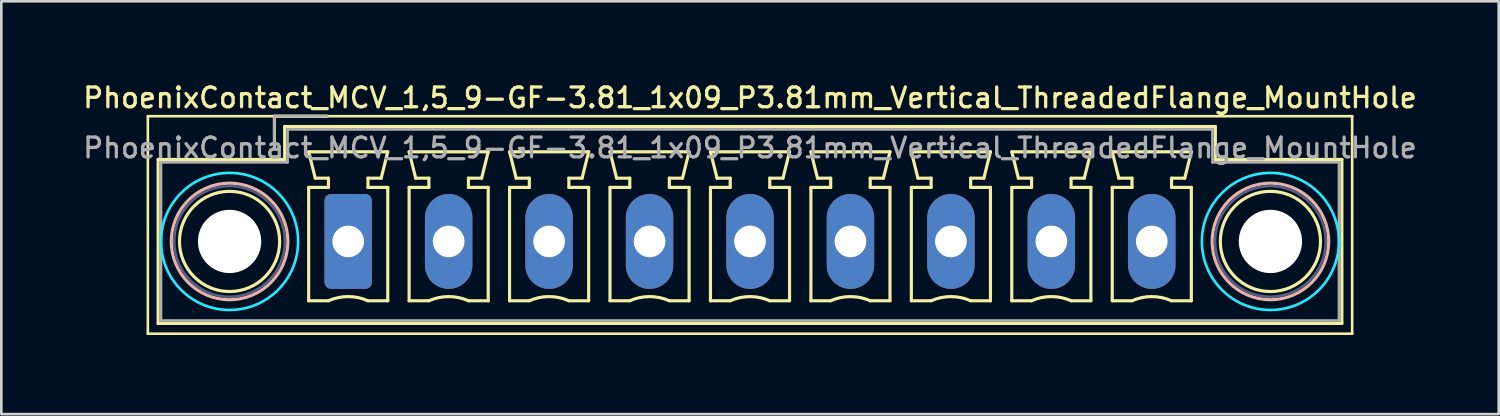
<source format=kicad_pcb>
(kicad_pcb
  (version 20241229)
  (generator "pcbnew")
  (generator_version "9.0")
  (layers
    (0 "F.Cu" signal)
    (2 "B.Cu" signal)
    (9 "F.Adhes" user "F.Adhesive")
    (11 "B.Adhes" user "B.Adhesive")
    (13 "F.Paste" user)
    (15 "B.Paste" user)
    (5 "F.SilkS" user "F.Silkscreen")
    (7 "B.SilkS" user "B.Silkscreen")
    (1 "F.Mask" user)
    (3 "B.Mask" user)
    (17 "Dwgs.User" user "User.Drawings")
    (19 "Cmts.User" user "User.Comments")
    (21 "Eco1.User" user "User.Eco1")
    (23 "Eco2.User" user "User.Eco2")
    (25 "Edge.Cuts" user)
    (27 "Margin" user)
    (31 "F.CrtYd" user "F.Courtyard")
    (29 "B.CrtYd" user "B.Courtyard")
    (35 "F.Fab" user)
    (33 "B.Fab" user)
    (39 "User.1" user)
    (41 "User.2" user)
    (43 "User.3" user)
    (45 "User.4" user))
  (footprint "PhoenixContact_MCV_1,5_9-GF-3.81_1x09_P3.81mm_Vertical_ThreadedFlange_MountHole"
    (layer "F.Cu")
    (at 10.158 6.108)
    (property "Reference" "PhoenixContact_MCV_1,5_9-GF-3.81_1x09_P3.81mm_Vertical_ThreadedFlange_MountHole" (at 15.24 -5.45 0) (layer "F.SilkS") (effects (font (size 0.75 0.75) (thickness 0.125))))
    (attr through_hole)
    (fp_line (start -7.6 -4.75) (end -7.6 3.5) (stroke (width 0.1) (type solid)) (layer "F.SilkS"))
    (fp_line (start -7.6 3.5) (end 38.08 3.5) (stroke (width 0.1) (type solid)) (layer "F.SilkS"))
    (fp_line (start -7.21 -3.11) (end -7.21 3.11) (stroke (width 0.12) (type solid)) (layer "F.SilkS"))
    (fp_line (start -7.21 3.11) (end 37.69 3.11) (stroke (width 0.12) (type solid)) (layer "F.SilkS"))
    (fp_line (start -2.8 -4.75) (end -0.8 -4.75) (stroke (width 0.12) (type solid)) (layer "F.SilkS"))
    (fp_line (start -2.8 -3.5) (end -2.8 -4.75) (stroke (width 0.12) (type solid)) (layer "F.SilkS"))
    (fp_line (start -2.41 -4.36) (end -2.41 -3.11) (stroke (width 0.12) (type solid)) (layer "F.SilkS"))
    (fp_line (start -2.41 -3.11) (end -7.21 -3.11) (stroke (width 0.12) (type solid)) (layer "F.SilkS"))
    (fp_line (start -1.5 -3.4) (end 1.5 -3.4) (stroke (width 0.12) (type solid)) (layer "F.SilkS"))
    (fp_line (start -1.5 -2.05) (end -0.75 -2.05) (stroke (width 0.12) (type solid)) (layer "F.SilkS"))
    (fp_line (start -1.5 2.25) (end -1.5 -2.05) (stroke (width 0.12) (type solid)) (layer "F.SilkS"))
    (fp_line (start -1.25 -2.4) (end -1.5 -3.4) (stroke (width 0.12) (type solid)) (layer "F.SilkS"))
    (fp_line (start -0.75 -2.4) (end -1.25 -2.4) (stroke (width 0.12) (type solid)) (layer "F.SilkS"))
    (fp_line (start -0.75 -2.05) (end -0.75 -2.4) (stroke (width 0.12) (type solid)) (layer "F.SilkS"))
    (fp_line (start -0.75 2.25) (end -1.5 2.25) (stroke (width 0.12) (type solid)) (layer "F.SilkS"))
    (fp_line (start 0.75 -2.4) (end 0.75 -2.05) (stroke (width 0.12) (type solid)) (layer "F.SilkS"))
    (fp_line (start 0.75 -2.05) (end 1.5 -2.05) (stroke (width 0.12) (type solid)) (layer "F.SilkS"))
    (fp_line (start 1.25 -2.4) (end 0.75 -2.4) (stroke (width 0.12) (type solid)) (layer "F.SilkS"))
    (fp_line (start 1.5 -3.4) (end 1.25 -2.4) (stroke (width 0.12) (type solid)) (layer "F.SilkS"))
    (fp_line (start 1.5 -2.05) (end 1.5 2.25) (stroke (width 0.12) (type solid)) (layer "F.SilkS"))
    (fp_line (start 1.5 2.25) (end 0.75 2.25) (stroke (width 0.12) (type solid)) (layer "F.SilkS"))
    (fp_line (start 2.31 -3.4) (end 5.31 -3.4) (stroke (width 0.12) (type solid)) (layer "F.SilkS"))
    (fp_line (start 2.31 -2.05) (end 3.06 -2.05) (stroke (width 0.12) (type solid)) (layer "F.SilkS"))
    (fp_line (start 2.31 2.25) (end 2.31 -2.05) (stroke (width 0.12) (type solid)) (layer "F.SilkS"))
    (fp_line (start 2.56 -2.4) (end 2.31 -3.4) (stroke (width 0.12) (type solid)) (layer "F.SilkS"))
    (fp_line (start 3.06 -2.4) (end 2.56 -2.4) (stroke (width 0.12) (type solid)) (layer "F.SilkS"))
    (fp_line (start 3.06 -2.05) (end 3.06 -2.4) (stroke (width 0.12) (type solid)) (layer "F.SilkS"))
    (fp_line (start 3.06 2.25) (end 2.31 2.25) (stroke (width 0.12) (type solid)) (layer "F.SilkS"))
    (fp_line (start 4.56 -2.4) (end 4.56 -2.05) (stroke (width 0.12) (type solid)) (layer "F.SilkS"))
    (fp_line (start 4.56 -2.05) (end 5.31 -2.05) (stroke (width 0.12) (type solid)) (layer "F.SilkS"))
    (fp_line (start 5.06 -2.4) (end 4.56 -2.4) (stroke (width 0.12) (type solid)) (layer "F.SilkS"))
    (fp_line (start 5.31 -3.4) (end 5.06 -2.4) (stroke (width 0.12) (type solid)) (layer "F.SilkS"))
    (fp_line (start 5.31 -2.05) (end 5.31 2.25) (stroke (width 0.12) (type solid)) (layer "F.SilkS"))
    (fp_line (start 5.31 2.25) (end 4.56 2.25) (stroke (width 0.12) (type solid)) (layer "F.SilkS"))
    (fp_line (start 6.12 -3.4) (end 9.12 -3.4) (stroke (width 0.12) (type solid)) (layer "F.SilkS"))
    (fp_line (start 6.12 -2.05) (end 6.87 -2.05) (stroke (width 0.12) (type solid)) (layer "F.SilkS"))
    (fp_line (start 6.12 2.25) (end 6.12 -2.05) (stroke (width 0.12) (type solid)) (layer "F.SilkS"))
    (fp_line (start 6.37 -2.4) (end 6.12 -3.4) (stroke (width 0.12) (type solid)) (layer "F.SilkS"))
    (fp_line (start 6.87 -2.4) (end 6.37 -2.4) (stroke (width 0.12) (type solid)) (layer "F.SilkS"))
    (fp_line (start 6.87 -2.05) (end 6.87 -2.4) (stroke (width 0.12) (type solid)) (layer "F.SilkS"))
    (fp_line (start 6.87 2.25) (end 6.12 2.25) (stroke (width 0.12) (type solid)) (layer "F.SilkS"))
    (fp_line (start 8.37 -2.4) (end 8.37 -2.05) (stroke (width 0.12) (type solid)) (layer "F.SilkS"))
    (fp_line (start 8.37 -2.05) (end 9.12 -2.05) (stroke (width 0.12) (type solid)) (layer "F.SilkS"))
    (fp_line (start 8.87 -2.4) (end 8.37 -2.4) (stroke (width 0.12) (type solid)) (layer "F.SilkS"))
    (fp_line (start 9.12 -3.4) (end 8.87 -2.4) (stroke (width 0.12) (type solid)) (layer "F.SilkS"))
    (fp_line (start 9.12 -2.05) (end 9.12 2.25) (stroke (width 0.12) (type solid)) (layer "F.SilkS"))
    (fp_line (start 9.12 2.25) (end 8.37 2.25) (stroke (width 0.12) (type solid)) (layer "F.SilkS"))
    (fp_line (start 9.93 -3.4) (end 12.93 -3.4) (stroke (width 0.12) (type solid)) (layer "F.SilkS"))
    (fp_line (start 9.93 -2.05) (end 10.68 -2.05) (stroke (width 0.12) (type solid)) (layer "F.SilkS"))
    (fp_line (start 9.93 2.25) (end 9.93 -2.05) (stroke (width 0.12) (type solid)) (layer "F.SilkS"))
    (fp_line (start 10.18 -2.4) (end 9.93 -3.4) (stroke (width 0.12) (type solid)) (layer "F.SilkS"))
    (fp_line (start 10.68 -2.4) (end 10.18 -2.4) (stroke (width 0.12) (type solid)) (layer "F.SilkS"))
    (fp_line (start 10.68 -2.05) (end 10.68 -2.4) (stroke (width 0.12) (type solid)) (layer "F.SilkS"))
    (fp_line (start 10.68 2.25) (end 9.93 2.25) (stroke (width 0.12) (type solid)) (layer "F.SilkS"))
    (fp_line (start 12.18 -2.4) (end 12.18 -2.05) (stroke (width 0.12) (type solid)) (layer "F.SilkS"))
    (fp_line (start 12.18 -2.05) (end 12.93 -2.05) (stroke (width 0.12) (type solid)) (layer "F.SilkS"))
    (fp_line (start 12.68 -2.4) (end 12.18 -2.4) (stroke (width 0.12) (type solid)) (layer "F.SilkS"))
    (fp_line (start 12.93 -3.4) (end 12.68 -2.4) (stroke (width 0.12) (type solid)) (layer "F.SilkS"))
    (fp_line (start 12.93 -2.05) (end 12.93 2.25) (stroke (width 0.12) (type solid)) (layer "F.SilkS"))
    (fp_line (start 12.93 2.25) (end 12.18 2.25) (stroke (width 0.12) (type solid)) (layer "F.SilkS"))
    (fp_line (start 13.74 -3.4) (end 16.74 -3.4) (stroke (width 0.12) (type solid)) (layer "F.SilkS"))
    (fp_line (start 13.74 -2.05) (end 14.49 -2.05) (stroke (width 0.12) (type solid)) (layer "F.SilkS"))
    (fp_line (start 13.74 2.25) (end 13.74 -2.05) (stroke (width 0.12) (type solid)) (layer "F.SilkS"))
    (fp_line (start 13.99 -2.4) (end 13.74 -3.4) (stroke (width 0.12) (type solid)) (layer "F.SilkS"))
    (fp_line (start 14.49 -2.4) (end 13.99 -2.4) (stroke (width 0.12) (type solid)) (layer "F.SilkS"))
    (fp_line (start 14.49 -2.05) (end 14.49 -2.4) (stroke (width 0.12) (type solid)) (layer "F.SilkS"))
    (fp_line (start 14.49 2.25) (end 13.74 2.25) (stroke (width 0.12) (type solid)) (layer "F.SilkS"))
    (fp_line (start 15.99 -2.4) (end 15.99 -2.05) (stroke (width 0.12) (type solid)) (layer "F.SilkS"))
    (fp_line (start 15.99 -2.05) (end 16.74 -2.05) (stroke (width 0.12) (type solid)) (layer "F.SilkS"))
    (fp_line (start 16.49 -2.4) (end 15.99 -2.4) (stroke (width 0.12) (type solid)) (layer "F.SilkS"))
    (fp_line (start 16.74 -3.4) (end 16.49 -2.4) (stroke (width 0.12) (type solid)) (layer "F.SilkS"))
    (fp_line (start 16.74 -2.05) (end 16.74 2.25) (stroke (width 0.12) (type solid)) (layer "F.SilkS"))
    (fp_line (start 16.74 2.25) (end 15.99 2.25) (stroke (width 0.12) (type solid)) (layer "F.SilkS"))
    (fp_line (start 17.55 -3.4) (end 20.55 -3.4) (stroke (width 0.12) (type solid)) (layer "F.SilkS"))
    (fp_line (start 17.55 -2.05) (end 18.3 -2.05) (stroke (width 0.12) (type solid)) (layer "F.SilkS"))
    (fp_line (start 17.55 2.25) (end 17.55 -2.05) (stroke (width 0.12) (type solid)) (layer "F.SilkS"))
    (fp_line (start 17.8 -2.4) (end 17.55 -3.4) (stroke (width 0.12) (type solid)) (layer "F.SilkS"))
    (fp_line (start 18.3 -2.4) (end 17.8 -2.4) (stroke (width 0.12) (type solid)) (layer "F.SilkS"))
    (fp_line (start 18.3 -2.05) (end 18.3 -2.4) (stroke (width 0.12) (type solid)) (layer "F.SilkS"))
    (fp_line (start 18.3 2.25) (end 17.55 2.25) (stroke (width 0.12) (type solid)) (layer "F.SilkS"))
    (fp_line (start 19.8 -2.4) (end 19.8 -2.05) (stroke (width 0.12) (type solid)) (layer "F.SilkS"))
    (fp_line (start 19.8 -2.05) (end 20.55 -2.05) (stroke (width 0.12) (type solid)) (layer "F.SilkS"))
    (fp_line (start 20.3 -2.4) (end 19.8 -2.4) (stroke (width 0.12) (type solid)) (layer "F.SilkS"))
    (fp_line (start 20.55 -3.4) (end 20.3 -2.4) (stroke (width 0.12) (type solid)) (layer "F.SilkS"))
    (fp_line (start 20.55 -2.05) (end 20.55 2.25) (stroke (width 0.12) (type solid)) (layer "F.SilkS"))
    (fp_line (start 20.55 2.25) (end 19.8 2.25) (stroke (width 0.12) (type solid)) (layer "F.SilkS"))
    (fp_line (start 21.36 -3.4) (end 24.36 -3.4) (stroke (width 0.12) (type solid)) (layer "F.SilkS"))
    (fp_line (start 21.36 -2.05) (end 22.11 -2.05) (stroke (width 0.12) (type solid)) (layer "F.SilkS"))
    (fp_line (start 21.36 2.25) (end 21.36 -2.05) (stroke (width 0.12) (type solid)) (layer "F.SilkS"))
    (fp_line (start 21.61 -2.4) (end 21.36 -3.4) (stroke (width 0.12) (type solid)) (layer "F.SilkS"))
    (fp_line (start 22.11 -2.4) (end 21.61 -2.4) (stroke (width 0.12) (type solid)) (layer "F.SilkS"))
    (fp_line (start 22.11 -2.05) (end 22.11 -2.4) (stroke (width 0.12) (type solid)) (layer "F.SilkS"))
    (fp_line (start 22.11 2.25) (end 21.36 2.25) (stroke (width 0.12) (type solid)) (layer "F.SilkS"))
    (fp_line (start 23.61 -2.4) (end 23.61 -2.05) (stroke (width 0.12) (type solid)) (layer "F.SilkS"))
    (fp_line (start 23.61 -2.05) (end 24.36 -2.05) (stroke (width 0.12) (type solid)) (layer "F.SilkS"))
    (fp_line (start 24.11 -2.4) (end 23.61 -2.4) (stroke (width 0.12) (type solid)) (layer "F.SilkS"))
    (fp_line (start 24.36 -3.4) (end 24.11 -2.4) (stroke (width 0.12) (type solid)) (layer "F.SilkS"))
    (fp_line (start 24.36 -2.05) (end 24.36 2.25) (stroke (width 0.12) (type solid)) (layer "F.SilkS"))
    (fp_line (start 24.36 2.25) (end 23.61 2.25) (stroke (width 0.12) (type solid)) (layer "F.SilkS"))
    (fp_line (start 25.17 -3.4) (end 28.17 -3.4) (stroke (width 0.12) (type solid)) (layer "F.SilkS"))
    (fp_line (start 25.17 -2.05) (end 25.92 -2.05) (stroke (width 0.12) (type solid)) (layer "F.SilkS"))
    (fp_line (start 25.17 2.25) (end 25.17 -2.05) (stroke (width 0.12) (type solid)) (layer "F.SilkS"))
    (fp_line (start 25.42 -2.4) (end 25.17 -3.4) (stroke (width 0.12) (type solid)) (layer "F.SilkS"))
    (fp_line (start 25.92 -2.4) (end 25.42 -2.4) (stroke (width 0.12) (type solid)) (layer "F.SilkS"))
    (fp_line (start 25.92 -2.05) (end 25.92 -2.4) (stroke (width 0.12) (type solid)) (layer "F.SilkS"))
    (fp_line (start 25.92 2.25) (end 25.17 2.25) (stroke (width 0.12) (type solid)) (layer "F.SilkS"))
    (fp_line (start 27.42 -2.4) (end 27.42 -2.05) (stroke (width 0.12) (type solid)) (layer "F.SilkS"))
    (fp_line (start 27.42 -2.05) (end 28.17 -2.05) (stroke (width 0.12) (type solid)) (layer "F.SilkS"))
    (fp_line (start 27.92 -2.4) (end 27.42 -2.4) (stroke (width 0.12) (type solid)) (layer "F.SilkS"))
    (fp_line (start 28.17 -3.4) (end 27.92 -2.4) (stroke (width 0.12) (type solid)) (layer "F.SilkS"))
    (fp_line (start 28.17 -2.05) (end 28.17 2.25) (stroke (width 0.12) (type solid)) (layer "F.SilkS"))
    (fp_line (start 28.17 2.25) (end 27.42 2.25) (stroke (width 0.12) (type solid)) (layer "F.SilkS"))
    (fp_line (start 28.98 -3.4) (end 31.98 -3.4) (stroke (width 0.12) (type solid)) (layer "F.SilkS"))
    (fp_line (start 28.98 -2.05) (end 29.73 -2.05) (stroke (width 0.12) (type solid)) (layer "F.SilkS"))
    (fp_line (start 28.98 2.25) (end 28.98 -2.05) (stroke (width 0.12) (type solid)) (layer "F.SilkS"))
    (fp_line (start 29.23 -2.4) (end 28.98 -3.4) (stroke (width 0.12) (type solid)) (layer "F.SilkS"))
    (fp_line (start 29.73 -2.4) (end 29.23 -2.4) (stroke (width 0.12) (type solid)) (layer "F.SilkS"))
    (fp_line (start 29.73 -2.05) (end 29.73 -2.4) (stroke (width 0.12) (type solid)) (layer "F.SilkS"))
    (fp_line (start 29.73 2.25) (end 28.98 2.25) (stroke (width 0.12) (type solid)) (layer "F.SilkS"))
    (fp_line (start 31.23 -2.4) (end 31.23 -2.05) (stroke (width 0.12) (type solid)) (layer "F.SilkS"))
    (fp_line (start 31.23 -2.05) (end 31.98 -2.05) (stroke (width 0.12) (type solid)) (layer "F.SilkS"))
    (fp_line (start 31.73 -2.4) (end 31.23 -2.4) (stroke (width 0.12) (type solid)) (layer "F.SilkS"))
    (fp_line (start 31.98 -3.4) (end 31.73 -2.4) (stroke (width 0.12) (type solid)) (layer "F.SilkS"))
    (fp_line (start 31.98 -2.05) (end 31.98 2.25) (stroke (width 0.12) (type solid)) (layer "F.SilkS"))
    (fp_line (start 31.98 2.25) (end 31.23 2.25) (stroke (width 0.12) (type solid)) (layer "F.SilkS"))
    (fp_line (start 32.89 -4.36) (end -2.41 -4.36) (stroke (width 0.12) (type solid)) (layer "F.SilkS"))
    (fp_line (start 32.89 -3.11) (end 32.89 -4.36) (stroke (width 0.12) (type solid)) (layer "F.SilkS"))
    (fp_line (start 37.69 -3.11) (end 32.89 -3.11) (stroke (width 0.12) (type solid)) (layer "F.SilkS"))
    (fp_line (start 37.69 3.11) (end 37.69 -3.11) (stroke (width 0.12) (type solid)) (layer "F.SilkS"))
    (fp_line (start 38.08 -4.75) (end -7.6 -4.75) (stroke (width 0.1) (type solid)) (layer "F.SilkS"))
    (fp_line (start 38.08 3.5) (end 38.08 -4.75) (stroke (width 0.1) (type solid)) (layer "F.SilkS"))
    (fp_arc (start -0.75 2.25) (mid -0.000193 2.09191) (end 0.749647 2.249844) (stroke (width 0.12) (type solid)) (layer "F.SilkS"))
    (fp_arc (start 3.06 2.25) (mid 3.809807 2.09191) (end 4.559647 2.249844) (stroke (width 0.12) (type solid)) (layer "F.SilkS"))
    (fp_arc (start 6.87 2.25) (mid 7.619807 2.09191) (end 8.369647 2.249844) (stroke (width 0.12) (type solid)) (layer "F.SilkS"))
    (fp_arc (start 10.68 2.25) (mid 11.429807 2.09191) (end 12.179647 2.249844) (stroke (width 0.12) (type solid)) (layer "F.SilkS"))
    (fp_arc (start 14.49 2.25) (mid 15.239807 2.09191) (end 15.989647 2.249844) (stroke (width 0.12) (type solid)) (layer "F.SilkS"))
    (fp_arc (start 18.3 2.25) (mid 19.049807 2.09191) (end 19.799647 2.249844) (stroke (width 0.12) (type solid)) (layer "F.SilkS"))
    (fp_arc (start 22.11 2.25) (mid 22.859807 2.09191) (end 23.609647 2.249844) (stroke (width 0.12) (type solid)) (layer "F.SilkS"))
    (fp_arc (start 25.92 2.25) (mid 26.669807 2.09191) (end 27.419647 2.249844) (stroke (width 0.12) (type solid)) (layer "F.SilkS"))
    (fp_arc (start 29.73 2.25) (mid 30.479807 2.09191) (end 31.229647 2.249844) (stroke (width 0.12) (type solid)) (layer "F.SilkS"))
    (fp_circle (center -4.5 0) (end -2.6 0) (stroke (width 0.12) (type solid)) (fill no) (layer "F.SilkS"))
    (fp_circle (center 34.98 0) (end 36.88 0) (stroke (width 0.12) (type solid)) (fill no) (layer "F.SilkS"))
    (fp_circle (center -4.5 0) (end -2.29 0) (stroke (width 0.12) (type solid)) (fill no) (layer "B.SilkS"))
    (fp_circle (center 34.98 0) (end 37.19 0) (stroke (width 0.12) (type solid)) (fill no) (layer "B.SilkS"))
    (fp_circle (center -4.5 0) (end -1.9 0) (stroke (width 0.1) (type solid)) (fill no) (layer "B.CrtYd"))
    (fp_circle (center 34.98 0) (end 37.58 0) (stroke (width 0.1) (type solid)) (fill no) (layer "B.CrtYd"))
    (fp_circle (center -4.5 0) (end -2.4 0) (stroke (width 0.1) (type solid)) (fill no) (layer "B.Fab"))
    (fp_circle (center 34.98 0) (end 37.08 0) (stroke (width 0.1) (type solid)) (fill no) (layer "B.Fab"))
    (fp_line (start -7.1 -3) (end -7.1 3) (stroke (width 0.1) (type solid)) (layer "F.Fab"))
    (fp_line (start -7.1 3) (end 37.58 3) (stroke (width 0.1) (type solid)) (layer "F.Fab"))
    (fp_line (start -2.8 -4.75) (end -0.8 -4.75) (stroke (width 0.1) (type solid)) (layer "F.Fab"))
    (fp_line (start -2.8 -3.5) (end -2.8 -4.75) (stroke (width 0.1) (type solid)) (layer "F.Fab"))
    (fp_line (start -2.3 -4.25) (end -2.3 -3) (stroke (width 0.1) (type solid)) (layer "F.Fab"))
    (fp_line (start -2.3 -3) (end -7.1 -3) (stroke (width 0.1) (type solid)) (layer "F.Fab"))
    (fp_line (start 32.78 -4.25) (end -2.3 -4.25) (stroke (width 0.1) (type solid)) (layer "F.Fab"))
    (fp_line (start 32.78 -3) (end 32.78 -4.25) (stroke (width 0.1) (type solid)) (layer "F.Fab"))
    (fp_line (start 37.58 -3) (end 32.78 -3) (stroke (width 0.1) (type solid)) (layer "F.Fab"))
    (fp_line (start 37.58 3) (end 37.58 -3) (stroke (width 0.1) (type solid)) (layer "F.Fab"))
    (fp_text user "${REFERENCE}" (at 15.24 -3.55 0) (layer "F.Fab") (effects (font (size 0.75 0.75) (thickness 0.125))))
    (pad "" np_thru_hole circle (at -4.5 0) (size 2.4 2.4) (drill 2.4) (layers "*.Cu" "*.Mask"))
    (pad "" np_thru_hole circle (at 34.98 0) (size 2.4 2.4) (drill 2.4) (layers "*.Cu" "*.Mask"))
    (pad "1" thru_hole roundrect (at 0 0) (size 1.8 3.6) (drill 1.2) (layers "*.Cu" "*.Mask") (roundrect_rratio 0.139))
    (pad "2" thru_hole oval (at 3.81 0) (size 1.8 3.6) (drill 1.2) (layers "*.Cu" "*.Mask"))
    (pad "3" thru_hole oval (at 7.62 0) (size 1.8 3.6) (drill 1.2) (layers "*.Cu" "*.Mask"))
    (pad "4" thru_hole oval (at 11.43 0) (size 1.8 3.6) (drill 1.2) (layers "*.Cu" "*.Mask"))
    (pad "5" thru_hole oval (at 15.24 0) (size 1.8 3.6) (drill 1.2) (layers "*.Cu" "*.Mask"))
    (pad "6" thru_hole oval (at 19.05 0) (size 1.8 3.6) (drill 1.2) (layers "*.Cu" "*.Mask"))
    (pad "7" thru_hole oval (at 22.86 0) (size 1.8 3.6) (drill 1.2) (layers "*.Cu" "*.Mask"))
    (pad "8" thru_hole oval (at 26.67 0) (size 1.8 3.6) (drill 1.2) (layers "*.Cu" "*.Mask"))
    (pad "9" thru_hole oval (at 30.48 0) (size 1.8 3.6) (drill 1.2) (layers "*.Cu" "*.Mask")))
  (gr_rect
    (start -3 -3)
    (end 53.796 12.658)
    (stroke (width 0.1) (type default))
    (fill no)
    (layer "Edge.Cuts")))
</source>
